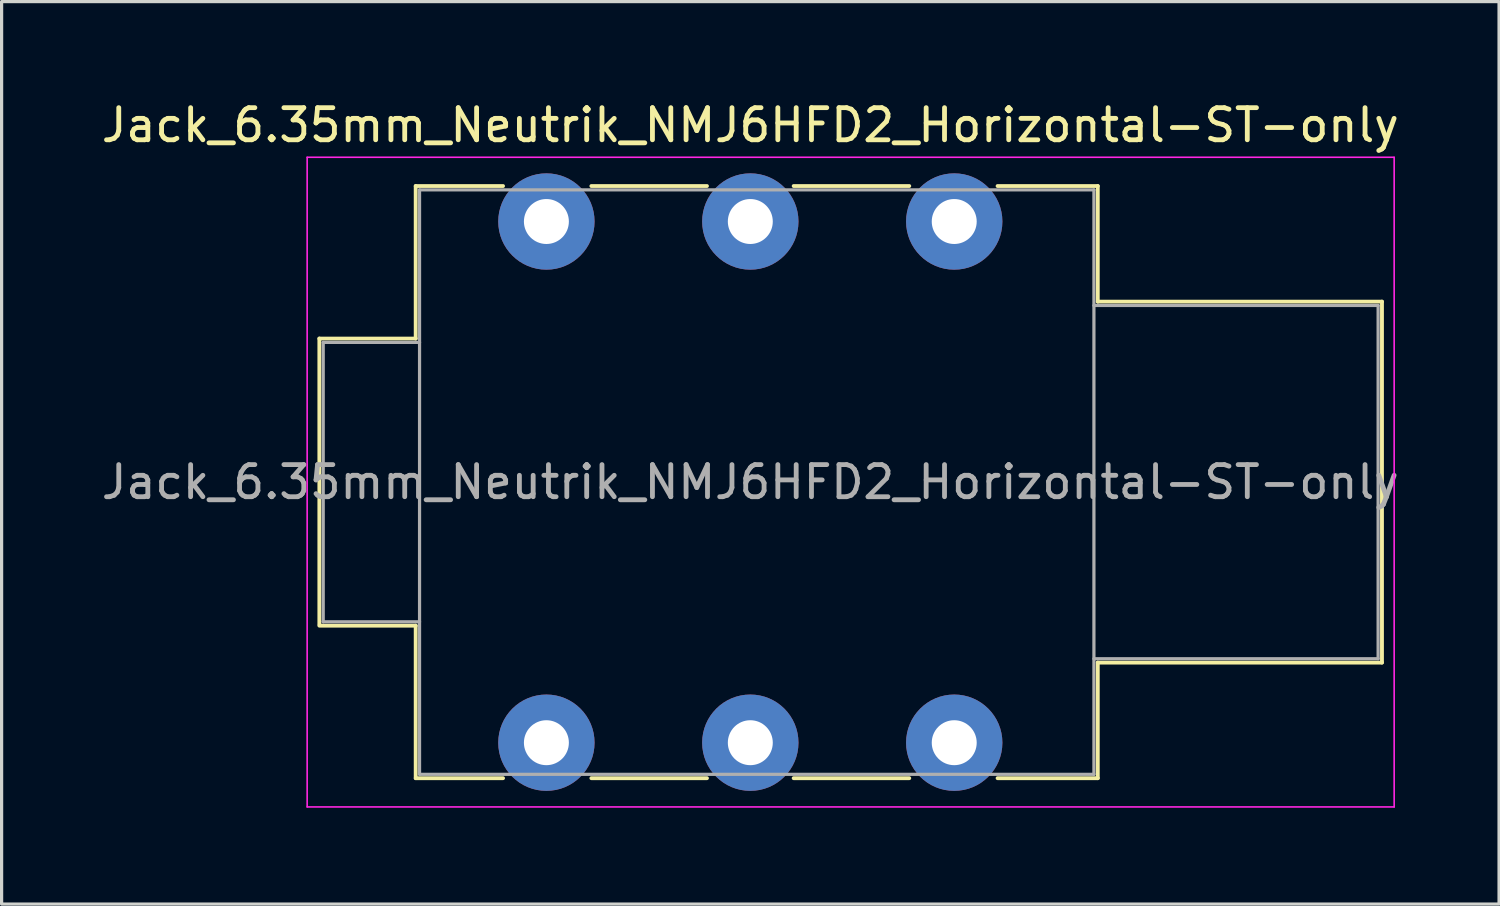
<source format=kicad_pcb>
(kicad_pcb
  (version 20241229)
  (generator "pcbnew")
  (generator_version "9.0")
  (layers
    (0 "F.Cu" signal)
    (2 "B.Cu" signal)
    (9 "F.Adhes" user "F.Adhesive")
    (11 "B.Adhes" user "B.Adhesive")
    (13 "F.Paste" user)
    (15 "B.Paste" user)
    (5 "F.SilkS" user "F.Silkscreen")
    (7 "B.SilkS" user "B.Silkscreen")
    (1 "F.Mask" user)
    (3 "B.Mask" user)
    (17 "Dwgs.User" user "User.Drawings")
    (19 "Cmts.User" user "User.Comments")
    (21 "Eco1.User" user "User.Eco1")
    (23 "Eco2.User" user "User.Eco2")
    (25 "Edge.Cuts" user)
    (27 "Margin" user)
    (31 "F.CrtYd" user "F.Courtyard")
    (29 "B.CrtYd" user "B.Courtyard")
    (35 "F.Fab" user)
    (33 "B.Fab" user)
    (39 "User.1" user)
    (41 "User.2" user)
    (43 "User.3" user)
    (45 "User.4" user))
  (footprint "Jack_6.35mm_Neutrik_NMJ6HFD2_Horizontal-ST-only"
    (layer "F.Cu")
    (at 13.965 3.848)
    (property "Reference" "Jack_6.35mm_Neutrik_NMJ6HFD2_Horizontal-ST-only" (at 6.35 -3 0) (layer "F.SilkS") (effects (font (size 1 1) (thickness 0.15))))
    (attr through_hole)
    (fp_line (start -7.07 3.645) (end -4.07 3.645) (stroke (width 0.12) (type solid)) (layer "F.SilkS"))
    (fp_line (start -7.07 12.545) (end -7.07 3.645) (stroke (width 0.12) (type solid)) (layer "F.SilkS"))
    (fp_line (start -7.07 12.585) (end -4.07 12.585) (stroke (width 0.12) (type solid)) (layer "F.SilkS"))
    (fp_line (start -4.07 -1.105) (end -1.35 -1.105) (stroke (width 0.12) (type solid)) (layer "F.SilkS"))
    (fp_line (start -4.07 3.645) (end -4.07 -1.105) (stroke (width 0.12) (type solid)) (layer "F.SilkS"))
    (fp_line (start -4.07 17.335) (end -4.07 12.585) (stroke (width 0.12) (type solid)) (layer "F.SilkS"))
    (fp_line (start -1.35 17.335) (end -4.07 17.335) (stroke (width 0.12) (type solid)) (layer "F.SilkS"))
    (fp_line (start 1.4 -1.105) (end 5 -1.105) (stroke (width 0.12) (type solid)) (layer "F.SilkS"))
    (fp_line (start 5 17.335) (end 1.4 17.335) (stroke (width 0.12) (type solid)) (layer "F.SilkS"))
    (fp_line (start 7.7 -1.105) (end 11.3 -1.105) (stroke (width 0.12) (type solid)) (layer "F.SilkS"))
    (fp_line (start 11.3 17.335) (end 7.7 17.335) (stroke (width 0.12) (type solid)) (layer "F.SilkS"))
    (fp_line (start 17.17 -1.105) (end 14.05 -1.105) (stroke (width 0.12) (type solid)) (layer "F.SilkS"))
    (fp_line (start 17.17 2.495) (end 17.17 -1.105) (stroke (width 0.12) (type solid)) (layer "F.SilkS"))
    (fp_line (start 17.17 2.495) (end 26.02 2.495) (stroke (width 0.12) (type solid)) (layer "F.SilkS"))
    (fp_line (start 17.17 13.735) (end 26.02 13.735) (stroke (width 0.12) (type solid)) (layer "F.SilkS"))
    (fp_line (start 17.17 17.335) (end 14.05 17.335) (stroke (width 0.12) (type solid)) (layer "F.SilkS"))
    (fp_line (start 17.17 17.335) (end 17.17 13.735) (stroke (width 0.12) (type solid)) (layer "F.SilkS"))
    (fp_line (start 26.02 13.735) (end 26.02 2.495) (stroke (width 0.12) (type solid)) (layer "F.SilkS"))
    (fp_line (start -7.45 18.23) (end -7.45 -2) (stroke (width 0.05) (type solid)) (layer "F.CrtYd"))
    (fp_line (start -7.45 18.23) (end 26.4 18.23) (stroke (width 0.05) (type solid)) (layer "F.CrtYd"))
    (fp_line (start 26.4 -2) (end -7.45 -2) (stroke (width 0.05) (type solid)) (layer "F.CrtYd"))
    (fp_line (start 26.4 18.23) (end 26.4 -2) (stroke (width 0.05) (type solid)) (layer "F.CrtYd"))
    (fp_line (start -6.95 3.765) (end -3.95 3.765) (stroke (width 0.1) (type solid)) (layer "F.Fab"))
    (fp_line (start -6.95 12.465) (end -6.95 3.765) (stroke (width 0.1) (type solid)) (layer "F.Fab"))
    (fp_line (start -6.95 12.465) (end -3.95 12.465) (stroke (width 0.1) (type solid)) (layer "F.Fab"))
    (fp_line (start -3.95 17.215) (end -3.95 -0.985) (stroke (width 0.1) (type solid)) (layer "F.Fab"))
    (fp_line (start 17.05 -0.985) (end -3.95 -0.985) (stroke (width 0.1) (type solid)) (layer "F.Fab"))
    (fp_line (start 17.05 17.215) (end -3.95 17.215) (stroke (width 0.1) (type solid)) (layer "F.Fab"))
    (fp_line (start 17.05 17.215) (end 17.05 -0.985) (stroke (width 0.1) (type solid)) (layer "F.Fab"))
    (fp_line (start 25.9 2.615) (end 17.05 2.615) (stroke (width 0.1) (type solid)) (layer "F.Fab"))
    (fp_line (start 25.9 13.615) (end 17.05 13.615) (stroke (width 0.1) (type solid)) (layer "F.Fab"))
    (fp_line (start 25.9 13.615) (end 25.9 2.615) (stroke (width 0.1) (type solid)) (layer "F.Fab"))
    (fp_text user "${REFERENCE}" (at 6.35 8.115 0) (layer "F.Fab") (effects (font (size 1 1) (thickness 0.15))))
    (pad "" thru_hole circle (at 0 16.23) (size 3 3) (drill 1.4) (layers "*.Cu" "*.Mask"))
    (pad "" thru_hole circle (at 6.35 16.23) (size 3 3) (drill 1.4) (layers "*.Cu" "*.Mask"))
    (pad "" thru_hole circle (at 12.7 16.23) (size 3 3) (drill 1.4) (layers "*.Cu" "*.Mask"))
    (pad "S" thru_hole circle (at 6.35 0) (size 3 3) (drill 1.4) (layers "*.Cu" "*.Mask"))
    (pad "S" thru_hole circle (at 12.7 0) (size 3 3) (drill 1.4) (layers "*.Cu" "*.Mask"))
    (pad "T" thru_hole circle (at 0 0) (size 3 3) (drill 1.4) (layers "*.Cu" "*.Mask")))
  (gr_rect
    (start -3 -3)
    (end 43.631 25.103)
    (stroke (width 0.1) (type default))
    (fill no)
    (layer "Edge.Cuts")))
</source>
